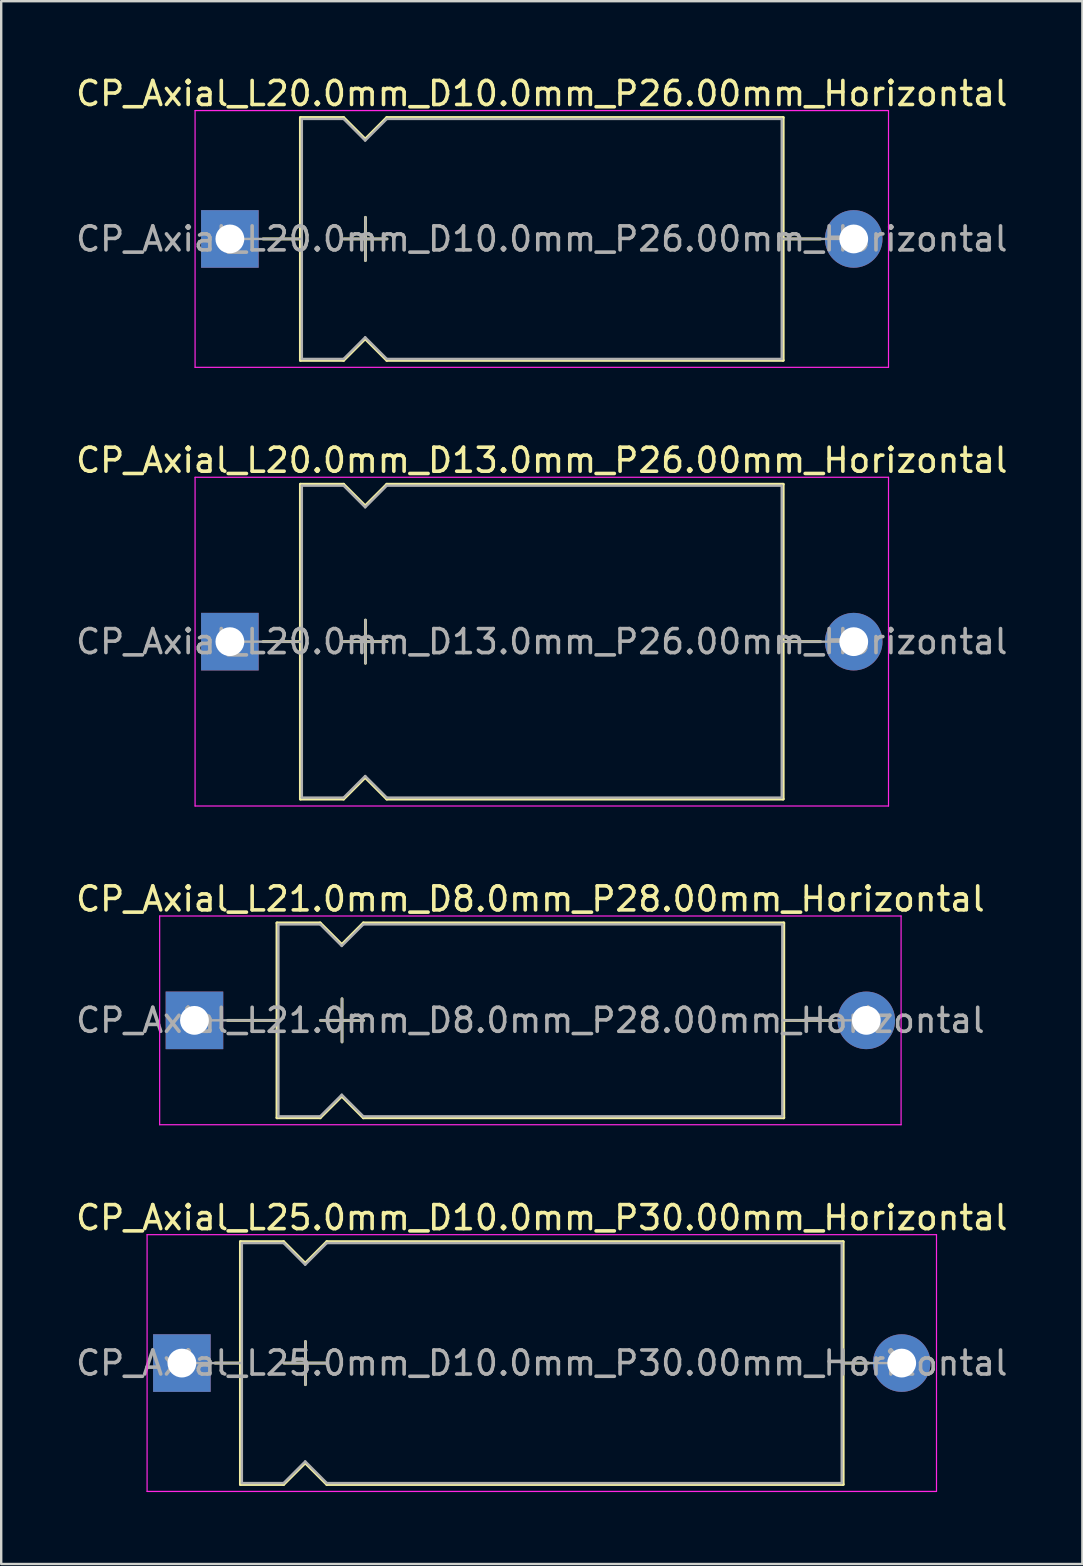
<source format=kicad_pcb>
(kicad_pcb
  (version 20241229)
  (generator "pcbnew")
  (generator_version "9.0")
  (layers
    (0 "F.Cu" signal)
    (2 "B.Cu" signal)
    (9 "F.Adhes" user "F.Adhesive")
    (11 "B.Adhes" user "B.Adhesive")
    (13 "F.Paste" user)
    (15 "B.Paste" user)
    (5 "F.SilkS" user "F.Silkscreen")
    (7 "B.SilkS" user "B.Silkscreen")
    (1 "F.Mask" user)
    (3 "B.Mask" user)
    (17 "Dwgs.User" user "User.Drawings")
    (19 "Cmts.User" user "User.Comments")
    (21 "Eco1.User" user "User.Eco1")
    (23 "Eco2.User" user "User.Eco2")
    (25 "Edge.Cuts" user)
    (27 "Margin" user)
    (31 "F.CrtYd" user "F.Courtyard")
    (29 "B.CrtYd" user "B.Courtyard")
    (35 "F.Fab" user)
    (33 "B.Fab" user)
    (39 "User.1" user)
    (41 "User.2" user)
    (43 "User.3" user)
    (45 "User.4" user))
  (footprint "CP_Axial_L20.0mm_D13.0mm_P26.00mm_Horizontal"
    (layer "F.Cu")
    (at 6.53 23.692)
    (property "Reference" "CP_Axial_L20.0mm_D13.0mm_P26.00mm_Horizontal" (at 13 -7.56 0) (layer "F.SilkS") (effects (font (size 1 1) (thickness 0.15))))
    (attr through_hole)
    (fp_line (start 1.38 0) (end 2.94 0) (stroke (width 0.12) (type solid)) (layer "F.SilkS"))
    (fp_line (start 2.94 -6.56) (end 2.94 6.56) (stroke (width 0.12) (type solid)) (layer "F.SilkS"))
    (fp_line (start 2.94 -6.56) (end 4.74 -6.56) (stroke (width 0.12) (type solid)) (layer "F.SilkS"))
    (fp_line (start 2.94 6.56) (end 4.74 6.56) (stroke (width 0.12) (type solid)) (layer "F.SilkS"))
    (fp_line (start 4.74 -6.56) (end 5.64 -5.66) (stroke (width 0.12) (type solid)) (layer "F.SilkS"))
    (fp_line (start 4.74 6.56) (end 5.64 5.66) (stroke (width 0.12) (type solid)) (layer "F.SilkS"))
    (fp_line (start 4.75 0) (end 6.55 0) (stroke (width 0.12) (type solid)) (layer "F.SilkS"))
    (fp_line (start 5.64 -5.66) (end 6.54 -6.56) (stroke (width 0.12) (type solid)) (layer "F.SilkS"))
    (fp_line (start 5.64 5.66) (end 6.54 6.56) (stroke (width 0.12) (type solid)) (layer "F.SilkS"))
    (fp_line (start 5.65 -0.9) (end 5.65 0.9) (stroke (width 0.12) (type solid)) (layer "F.SilkS"))
    (fp_line (start 6.54 -6.56) (end 23.06 -6.56) (stroke (width 0.12) (type solid)) (layer "F.SilkS"))
    (fp_line (start 6.54 6.56) (end 23.06 6.56) (stroke (width 0.12) (type solid)) (layer "F.SilkS"))
    (fp_line (start 23.06 -6.56) (end 23.06 6.56) (stroke (width 0.12) (type solid)) (layer "F.SilkS"))
    (fp_line (start 24.62 0) (end 23.06 0) (stroke (width 0.12) (type solid)) (layer "F.SilkS"))
    (fp_line (start -1.45 -6.85) (end -1.45 6.85) (stroke (width 0.05) (type solid)) (layer "F.CrtYd"))
    (fp_line (start -1.45 6.85) (end 27.45 6.85) (stroke (width 0.05) (type solid)) (layer "F.CrtYd"))
    (fp_line (start 27.45 -6.85) (end -1.45 -6.85) (stroke (width 0.05) (type solid)) (layer "F.CrtYd"))
    (fp_line (start 27.45 6.85) (end 27.45 -6.85) (stroke (width 0.05) (type solid)) (layer "F.CrtYd"))
    (fp_line (start 0 0) (end 3 0) (stroke (width 0.1) (type solid)) (layer "F.Fab"))
    (fp_line (start 3 -6.5) (end 3 6.5) (stroke (width 0.1) (type solid)) (layer "F.Fab"))
    (fp_line (start 3 -6.5) (end 4.74 -6.5) (stroke (width 0.1) (type solid)) (layer "F.Fab"))
    (fp_line (start 3 6.5) (end 4.74 6.5) (stroke (width 0.1) (type solid)) (layer "F.Fab"))
    (fp_line (start 4.74 -6.5) (end 5.64 -5.6) (stroke (width 0.1) (type solid)) (layer "F.Fab"))
    (fp_line (start 4.74 6.5) (end 5.64 5.6) (stroke (width 0.1) (type solid)) (layer "F.Fab"))
    (fp_line (start 4.75 0) (end 6.55 0) (stroke (width 0.1) (type solid)) (layer "F.Fab"))
    (fp_line (start 5.64 -5.6) (end 6.54 -6.5) (stroke (width 0.1) (type solid)) (layer "F.Fab"))
    (fp_line (start 5.64 5.6) (end 6.54 6.5) (stroke (width 0.1) (type solid)) (layer "F.Fab"))
    (fp_line (start 5.65 -0.9) (end 5.65 0.9) (stroke (width 0.1) (type solid)) (layer "F.Fab"))
    (fp_line (start 6.54 -6.5) (end 23 -6.5) (stroke (width 0.1) (type solid)) (layer "F.Fab"))
    (fp_line (start 6.54 6.5) (end 23 6.5) (stroke (width 0.1) (type solid)) (layer "F.Fab"))
    (fp_line (start 23 -6.5) (end 23 6.5) (stroke (width 0.1) (type solid)) (layer "F.Fab"))
    (fp_line (start 26 0) (end 23 0) (stroke (width 0.1) (type solid)) (layer "F.Fab"))
    (fp_text user "${REFERENCE}" (at 13 0 0) (layer "F.Fab") (effects (font (size 1 1) (thickness 0.15))))
    (pad "1" thru_hole rect (at 0 0) (size 2.4 2.4) (drill 1.2) (layers "*.Cu" "*.Mask"))
    (pad "2" thru_hole oval (at 26 0) (size 2.4 2.4) (drill 1.2) (layers "*.Cu" "*.Mask")))
  (footprint "CP_Axial_L20.0mm_D10.0mm_P26.00mm_Horizontal"
    (layer "F.Cu")
    (at 6.53 6.908)
    (property "Reference" "CP_Axial_L20.0mm_D10.0mm_P26.00mm_Horizontal" (at 13 -6.06 0) (layer "F.SilkS") (effects (font (size 1 1) (thickness 0.15))))
    (attr through_hole)
    (fp_line (start 1.38 0) (end 2.94 0) (stroke (width 0.12) (type solid)) (layer "F.SilkS"))
    (fp_line (start 2.94 -5.06) (end 2.94 5.06) (stroke (width 0.12) (type solid)) (layer "F.SilkS"))
    (fp_line (start 2.94 -5.06) (end 4.74 -5.06) (stroke (width 0.12) (type solid)) (layer "F.SilkS"))
    (fp_line (start 2.94 5.06) (end 4.74 5.06) (stroke (width 0.12) (type solid)) (layer "F.SilkS"))
    (fp_line (start 4.74 -5.06) (end 5.64 -4.16) (stroke (width 0.12) (type solid)) (layer "F.SilkS"))
    (fp_line (start 4.74 5.06) (end 5.64 4.16) (stroke (width 0.12) (type solid)) (layer "F.SilkS"))
    (fp_line (start 4.75 0) (end 6.55 0) (stroke (width 0.12) (type solid)) (layer "F.SilkS"))
    (fp_line (start 5.64 -4.16) (end 6.54 -5.06) (stroke (width 0.12) (type solid)) (layer "F.SilkS"))
    (fp_line (start 5.64 4.16) (end 6.54 5.06) (stroke (width 0.12) (type solid)) (layer "F.SilkS"))
    (fp_line (start 5.65 -0.9) (end 5.65 0.9) (stroke (width 0.12) (type solid)) (layer "F.SilkS"))
    (fp_line (start 6.54 -5.06) (end 23.06 -5.06) (stroke (width 0.12) (type solid)) (layer "F.SilkS"))
    (fp_line (start 6.54 5.06) (end 23.06 5.06) (stroke (width 0.12) (type solid)) (layer "F.SilkS"))
    (fp_line (start 23.06 -5.06) (end 23.06 5.06) (stroke (width 0.12) (type solid)) (layer "F.SilkS"))
    (fp_line (start 24.62 0) (end 23.06 0) (stroke (width 0.12) (type solid)) (layer "F.SilkS"))
    (fp_line (start -1.45 -5.35) (end -1.45 5.35) (stroke (width 0.05) (type solid)) (layer "F.CrtYd"))
    (fp_line (start -1.45 5.35) (end 27.45 5.35) (stroke (width 0.05) (type solid)) (layer "F.CrtYd"))
    (fp_line (start 27.45 -5.35) (end -1.45 -5.35) (stroke (width 0.05) (type solid)) (layer "F.CrtYd"))
    (fp_line (start 27.45 5.35) (end 27.45 -5.35) (stroke (width 0.05) (type solid)) (layer "F.CrtYd"))
    (fp_line (start 0 0) (end 3 0) (stroke (width 0.1) (type solid)) (layer "F.Fab"))
    (fp_line (start 3 -5) (end 3 5) (stroke (width 0.1) (type solid)) (layer "F.Fab"))
    (fp_line (start 3 -5) (end 4.74 -5) (stroke (width 0.1) (type solid)) (layer "F.Fab"))
    (fp_line (start 3 5) (end 4.74 5) (stroke (width 0.1) (type solid)) (layer "F.Fab"))
    (fp_line (start 4.74 -5) (end 5.64 -4.1) (stroke (width 0.1) (type solid)) (layer "F.Fab"))
    (fp_line (start 4.74 5) (end 5.64 4.1) (stroke (width 0.1) (type solid)) (layer "F.Fab"))
    (fp_line (start 4.75 0) (end 6.55 0) (stroke (width 0.1) (type solid)) (layer "F.Fab"))
    (fp_line (start 5.64 -4.1) (end 6.54 -5) (stroke (width 0.1) (type solid)) (layer "F.Fab"))
    (fp_line (start 5.64 4.1) (end 6.54 5) (stroke (width 0.1) (type solid)) (layer "F.Fab"))
    (fp_line (start 5.65 -0.9) (end 5.65 0.9) (stroke (width 0.1) (type solid)) (layer "F.Fab"))
    (fp_line (start 6.54 -5) (end 23 -5) (stroke (width 0.1) (type solid)) (layer "F.Fab"))
    (fp_line (start 6.54 5) (end 23 5) (stroke (width 0.1) (type solid)) (layer "F.Fab"))
    (fp_line (start 23 -5) (end 23 5) (stroke (width 0.1) (type solid)) (layer "F.Fab"))
    (fp_line (start 26 0) (end 23 0) (stroke (width 0.1) (type solid)) (layer "F.Fab"))
    (fp_text user "${REFERENCE}" (at 13 0 0) (layer "F.Fab") (effects (font (size 1 1) (thickness 0.15))))
    (pad "1" thru_hole rect (at 0 0) (size 2.4 2.4) (drill 1.2) (layers "*.Cu" "*.Mask"))
    (pad "2" thru_hole oval (at 26 0) (size 2.4 2.4) (drill 1.2) (layers "*.Cu" "*.Mask")))
  (footprint "CP_Axial_L21.0mm_D8.0mm_P28.00mm_Horizontal"
    (layer "F.Cu")
    (at 5.054 39.475)
    (property "Reference" "CP_Axial_L21.0mm_D8.0mm_P28.00mm_Horizontal" (at 14 -5.06 0) (layer "F.SilkS") (effects (font (size 1 1) (thickness 0.15))))
    (attr through_hole)
    (fp_line (start 1.38 0) (end 3.44 0) (stroke (width 0.12) (type solid)) (layer "F.SilkS"))
    (fp_line (start 3.44 -4.06) (end 3.44 4.06) (stroke (width 0.12) (type solid)) (layer "F.SilkS"))
    (fp_line (start 3.44 -4.06) (end 5.24 -4.06) (stroke (width 0.12) (type solid)) (layer "F.SilkS"))
    (fp_line (start 3.44 4.06) (end 5.24 4.06) (stroke (width 0.12) (type solid)) (layer "F.SilkS"))
    (fp_line (start 5.24 -4.06) (end 6.14 -3.16) (stroke (width 0.12) (type solid)) (layer "F.SilkS"))
    (fp_line (start 5.24 4.06) (end 6.14 3.16) (stroke (width 0.12) (type solid)) (layer "F.SilkS"))
    (fp_line (start 5.25 0) (end 7.05 0) (stroke (width 0.12) (type solid)) (layer "F.SilkS"))
    (fp_line (start 6.14 -3.16) (end 7.04 -4.06) (stroke (width 0.12) (type solid)) (layer "F.SilkS"))
    (fp_line (start 6.14 3.16) (end 7.04 4.06) (stroke (width 0.12) (type solid)) (layer "F.SilkS"))
    (fp_line (start 6.15 -0.9) (end 6.15 0.9) (stroke (width 0.12) (type solid)) (layer "F.SilkS"))
    (fp_line (start 7.04 -4.06) (end 24.56 -4.06) (stroke (width 0.12) (type solid)) (layer "F.SilkS"))
    (fp_line (start 7.04 4.06) (end 24.56 4.06) (stroke (width 0.12) (type solid)) (layer "F.SilkS"))
    (fp_line (start 24.56 -4.06) (end 24.56 4.06) (stroke (width 0.12) (type solid)) (layer "F.SilkS"))
    (fp_line (start 26.62 0) (end 24.56 0) (stroke (width 0.12) (type solid)) (layer "F.SilkS"))
    (fp_line (start -1.45 -4.35) (end -1.45 4.35) (stroke (width 0.05) (type solid)) (layer "F.CrtYd"))
    (fp_line (start -1.45 4.35) (end 29.45 4.35) (stroke (width 0.05) (type solid)) (layer "F.CrtYd"))
    (fp_line (start 29.45 -4.35) (end -1.45 -4.35) (stroke (width 0.05) (type solid)) (layer "F.CrtYd"))
    (fp_line (start 29.45 4.35) (end 29.45 -4.35) (stroke (width 0.05) (type solid)) (layer "F.CrtYd"))
    (fp_line (start 0 0) (end 3.5 0) (stroke (width 0.1) (type solid)) (layer "F.Fab"))
    (fp_line (start 3.5 -4) (end 3.5 4) (stroke (width 0.1) (type solid)) (layer "F.Fab"))
    (fp_line (start 3.5 -4) (end 5.24 -4) (stroke (width 0.1) (type solid)) (layer "F.Fab"))
    (fp_line (start 3.5 4) (end 5.24 4) (stroke (width 0.1) (type solid)) (layer "F.Fab"))
    (fp_line (start 5.24 -4) (end 6.14 -3.1) (stroke (width 0.1) (type solid)) (layer "F.Fab"))
    (fp_line (start 5.24 4) (end 6.14 3.1) (stroke (width 0.1) (type solid)) (layer "F.Fab"))
    (fp_line (start 5.25 0) (end 7.05 0) (stroke (width 0.1) (type solid)) (layer "F.Fab"))
    (fp_line (start 6.14 -3.1) (end 7.04 -4) (stroke (width 0.1) (type solid)) (layer "F.Fab"))
    (fp_line (start 6.14 3.1) (end 7.04 4) (stroke (width 0.1) (type solid)) (layer "F.Fab"))
    (fp_line (start 6.15 -0.9) (end 6.15 0.9) (stroke (width 0.1) (type solid)) (layer "F.Fab"))
    (fp_line (start 7.04 -4) (end 24.5 -4) (stroke (width 0.1) (type solid)) (layer "F.Fab"))
    (fp_line (start 7.04 4) (end 24.5 4) (stroke (width 0.1) (type solid)) (layer "F.Fab"))
    (fp_line (start 24.5 -4) (end 24.5 4) (stroke (width 0.1) (type solid)) (layer "F.Fab"))
    (fp_line (start 28 0) (end 24.5 0) (stroke (width 0.1) (type solid)) (layer "F.Fab"))
    (fp_text user "${REFERENCE}" (at 14 0 0) (layer "F.Fab") (effects (font (size 1 1) (thickness 0.15))))
    (pad "1" thru_hole rect (at 0 0) (size 2.4 2.4) (drill 1.2) (layers "*.Cu" "*.Mask"))
    (pad "2" thru_hole oval (at 28 0) (size 2.4 2.4) (drill 1.2) (layers "*.Cu" "*.Mask")))
  (footprint "CP_Axial_L25.0mm_D10.0mm_P30.00mm_Horizontal"
    (layer "F.Cu")
    (at 4.53 53.758)
    (property "Reference" "CP_Axial_L25.0mm_D10.0mm_P30.00mm_Horizontal" (at 15 -6.06 0) (layer "F.SilkS") (effects (font (size 1 1) (thickness 0.15))))
    (attr through_hole)
    (fp_line (start 1.38 0) (end 2.44 0) (stroke (width 0.12) (type solid)) (layer "F.SilkS"))
    (fp_line (start 2.44 -5.06) (end 2.44 5.06) (stroke (width 0.12) (type solid)) (layer "F.SilkS"))
    (fp_line (start 2.44 -5.06) (end 4.24 -5.06) (stroke (width 0.12) (type solid)) (layer "F.SilkS"))
    (fp_line (start 2.44 5.06) (end 4.24 5.06) (stroke (width 0.12) (type solid)) (layer "F.SilkS"))
    (fp_line (start 4.24 -5.06) (end 5.14 -4.16) (stroke (width 0.12) (type solid)) (layer "F.SilkS"))
    (fp_line (start 4.24 5.06) (end 5.14 4.16) (stroke (width 0.12) (type solid)) (layer "F.SilkS"))
    (fp_line (start 4.25 0) (end 6.05 0) (stroke (width 0.12) (type solid)) (layer "F.SilkS"))
    (fp_line (start 5.14 -4.16) (end 6.04 -5.06) (stroke (width 0.12) (type solid)) (layer "F.SilkS"))
    (fp_line (start 5.14 4.16) (end 6.04 5.06) (stroke (width 0.12) (type solid)) (layer "F.SilkS"))
    (fp_line (start 5.15 -0.9) (end 5.15 0.9) (stroke (width 0.12) (type solid)) (layer "F.SilkS"))
    (fp_line (start 6.04 -5.06) (end 27.56 -5.06) (stroke (width 0.12) (type solid)) (layer "F.SilkS"))
    (fp_line (start 6.04 5.06) (end 27.56 5.06) (stroke (width 0.12) (type solid)) (layer "F.SilkS"))
    (fp_line (start 27.56 -5.06) (end 27.56 5.06) (stroke (width 0.12) (type solid)) (layer "F.SilkS"))
    (fp_line (start 28.62 0) (end 27.56 0) (stroke (width 0.12) (type solid)) (layer "F.SilkS"))
    (fp_line (start -1.45 -5.35) (end -1.45 5.35) (stroke (width 0.05) (type solid)) (layer "F.CrtYd"))
    (fp_line (start -1.45 5.35) (end 31.45 5.35) (stroke (width 0.05) (type solid)) (layer "F.CrtYd"))
    (fp_line (start 31.45 -5.35) (end -1.45 -5.35) (stroke (width 0.05) (type solid)) (layer "F.CrtYd"))
    (fp_line (start 31.45 5.35) (end 31.45 -5.35) (stroke (width 0.05) (type solid)) (layer "F.CrtYd"))
    (fp_line (start 0 0) (end 2.5 0) (stroke (width 0.1) (type solid)) (layer "F.Fab"))
    (fp_line (start 2.5 -5) (end 2.5 5) (stroke (width 0.1) (type solid)) (layer "F.Fab"))
    (fp_line (start 2.5 -5) (end 4.24 -5) (stroke (width 0.1) (type solid)) (layer "F.Fab"))
    (fp_line (start 2.5 5) (end 4.24 5) (stroke (width 0.1) (type solid)) (layer "F.Fab"))
    (fp_line (start 4.24 -5) (end 5.14 -4.1) (stroke (width 0.1) (type solid)) (layer "F.Fab"))
    (fp_line (start 4.24 5) (end 5.14 4.1) (stroke (width 0.1) (type solid)) (layer "F.Fab"))
    (fp_line (start 4.25 0) (end 6.05 0) (stroke (width 0.1) (type solid)) (layer "F.Fab"))
    (fp_line (start 5.14 -4.1) (end 6.04 -5) (stroke (width 0.1) (type solid)) (layer "F.Fab"))
    (fp_line (start 5.14 4.1) (end 6.04 5) (stroke (width 0.1) (type solid)) (layer "F.Fab"))
    (fp_line (start 5.15 -0.9) (end 5.15 0.9) (stroke (width 0.1) (type solid)) (layer "F.Fab"))
    (fp_line (start 6.04 -5) (end 27.5 -5) (stroke (width 0.1) (type solid)) (layer "F.Fab"))
    (fp_line (start 6.04 5) (end 27.5 5) (stroke (width 0.1) (type solid)) (layer "F.Fab"))
    (fp_line (start 27.5 -5) (end 27.5 5) (stroke (width 0.1) (type solid)) (layer "F.Fab"))
    (fp_line (start 30 0) (end 27.5 0) (stroke (width 0.1) (type solid)) (layer "F.Fab"))
    (fp_text user "${REFERENCE}" (at 15 0 0) (layer "F.Fab") (effects (font (size 1 1) (thickness 0.15))))
    (pad "1" thru_hole rect (at 0 0) (size 2.4 2.4) (drill 1.2) (layers "*.Cu" "*.Mask"))
    (pad "2" thru_hole oval (at 30 0) (size 2.4 2.4) (drill 1.2) (layers "*.Cu" "*.Mask")))
  (gr_rect
    (start -3 -3)
    (end 42.06 62.133)
    (stroke (width 0.1) (type default))
    (fill no)
    (layer "Edge.Cuts")))
</source>
